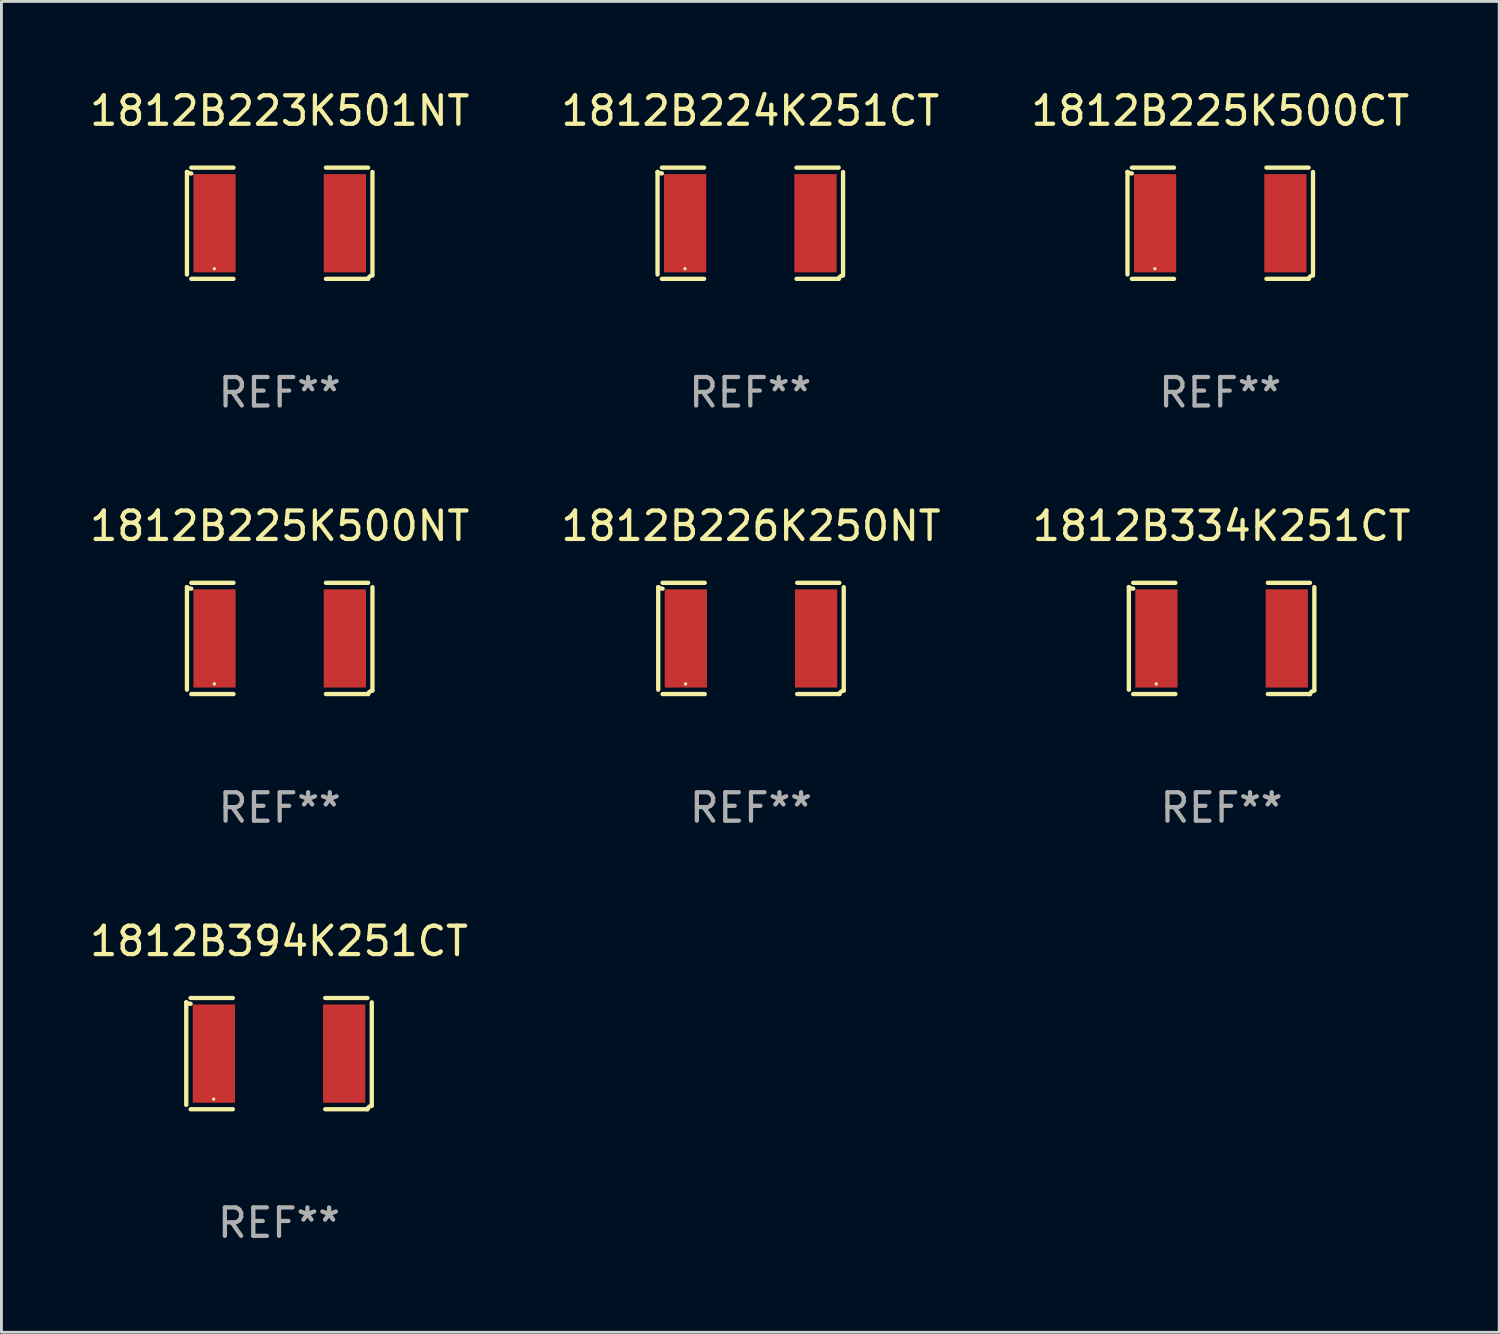
<source format=kicad_pcb>
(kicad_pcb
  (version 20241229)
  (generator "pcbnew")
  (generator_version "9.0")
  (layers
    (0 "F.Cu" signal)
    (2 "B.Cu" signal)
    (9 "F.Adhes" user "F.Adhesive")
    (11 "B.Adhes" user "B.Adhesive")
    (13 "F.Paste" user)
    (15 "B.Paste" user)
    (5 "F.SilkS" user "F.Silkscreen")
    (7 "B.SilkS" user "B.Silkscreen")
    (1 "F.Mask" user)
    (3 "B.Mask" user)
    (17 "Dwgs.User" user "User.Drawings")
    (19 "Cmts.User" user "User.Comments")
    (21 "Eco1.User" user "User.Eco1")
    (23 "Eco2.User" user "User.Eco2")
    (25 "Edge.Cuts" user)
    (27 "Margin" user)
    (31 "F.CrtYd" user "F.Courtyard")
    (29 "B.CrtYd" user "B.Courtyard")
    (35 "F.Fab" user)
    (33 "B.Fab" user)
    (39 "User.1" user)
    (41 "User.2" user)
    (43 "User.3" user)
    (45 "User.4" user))
  (footprint "1812B223K501NT"
    (layer "F.Cu")
    (at 6.792 4.805)
    (property "Reference" "1812B223K501NT" (at 0 -3.957 0) (layer "F.SilkS") (effects (font (size 1 1) (thickness 0.15))))
    (attr through_hole)
    (fp_line (start -3.264 1.804) (end -3.264 -1.804) (stroke (width 0.152) (type solid)) (layer "F.SilkS"))
    (fp_line (start -3.111 -1.957) (end -1.626 -1.957) (stroke (width 0.152) (type solid)) (layer "F.SilkS"))
    (fp_line (start -1.626 1.957) (end -3.111 1.957) (stroke (width 0.152) (type solid)) (layer "F.SilkS"))
    (fp_line (start 1.626 1.957) (end 3.111 1.957) (stroke (width 0.152) (type solid)) (layer "F.SilkS"))
    (fp_line (start 3.111 -1.957) (end 1.626 -1.957) (stroke (width 0.152) (type solid)) (layer "F.SilkS"))
    (fp_line (start 3.264 1.804) (end 3.264 -1.804) (stroke (width 0.152) (type solid)) (layer "F.SilkS"))
    (fp_arc (start -3.111202 -1.752192) (mid -3.191715 -1.76555) (end -3.263602 -1.804191) (stroke (width 0.1524) (type solid)) (layer "F.SilkS"))
    (fp_arc (start 3.111201 1.956591) (mid 3.167789 1.872777) (end 3.263602 1.840424) (stroke (width 0.1524) (type solid)) (layer "F.SilkS"))
    (fp_circle (center -2.3 1.6) (end -2.27 1.6) (stroke (width 0.06) (type solid)) (fill no) (layer "F.SilkS"))
    (fp_text user "REF**" (at 0 5.957 0) (layer "F.Fab") (effects (font (size 1 1) (thickness 0.15))))
    (pad "1" smd rect (at -2.293 0) (size 1.485 3.456) (layers "F.Cu" "F.Mask" "F.Paste"))
    (pad "2" smd rect (at 2.293 0) (size 1.485 3.456) (layers "F.Cu" "F.Mask" "F.Paste")))
  (footprint "1812B224K251CT"
    (layer "F.Cu")
    (at 23.351 4.805)
    (property "Reference" "1812B224K251CT" (at 0 -3.957 0) (layer "F.SilkS") (effects (font (size 1 1) (thickness 0.15))))
    (attr through_hole)
    (fp_line (start -3.264 1.804) (end -3.264 -1.804) (stroke (width 0.152) (type solid)) (layer "F.SilkS"))
    (fp_line (start -3.111 -1.957) (end -1.626 -1.957) (stroke (width 0.152) (type solid)) (layer "F.SilkS"))
    (fp_line (start -1.626 1.957) (end -3.111 1.957) (stroke (width 0.152) (type solid)) (layer "F.SilkS"))
    (fp_line (start 1.626 1.957) (end 3.111 1.957) (stroke (width 0.152) (type solid)) (layer "F.SilkS"))
    (fp_line (start 3.111 -1.957) (end 1.626 -1.957) (stroke (width 0.152) (type solid)) (layer "F.SilkS"))
    (fp_line (start 3.264 1.804) (end 3.264 -1.804) (stroke (width 0.152) (type solid)) (layer "F.SilkS"))
    (fp_arc (start -3.111202 -1.752192) (mid -3.191715 -1.76555) (end -3.263602 -1.804191) (stroke (width 0.1524) (type solid)) (layer "F.SilkS"))
    (fp_arc (start 3.111201 1.956591) (mid 3.167789 1.872777) (end 3.263602 1.840424) (stroke (width 0.1524) (type solid)) (layer "F.SilkS"))
    (fp_circle (center -2.3 1.6) (end -2.27 1.6) (stroke (width 0.06) (type solid)) (fill no) (layer "F.SilkS"))
    (fp_text user "REF**" (at 0 5.957 0) (layer "F.Fab") (effects (font (size 1 1) (thickness 0.15))))
    (pad "1" smd rect (at -2.293 0) (size 1.485 3.456) (layers "F.Cu" "F.Mask" "F.Paste"))
    (pad "2" smd rect (at 2.293 0) (size 1.485 3.456) (layers "F.Cu" "F.Mask" "F.Paste")))
  (footprint "1812B226K250NT"
    (layer "F.Cu")
    (at 23.375 19.415)
    (property "Reference" "1812B226K250NT" (at 0 -3.957 0) (layer "F.SilkS") (effects (font (size 1 1) (thickness 0.15))))
    (attr through_hole)
    (fp_line (start -3.264 1.804) (end -3.264 -1.804) (stroke (width 0.152) (type solid)) (layer "F.SilkS"))
    (fp_line (start -3.111 -1.957) (end -1.626 -1.957) (stroke (width 0.152) (type solid)) (layer "F.SilkS"))
    (fp_line (start -1.626 1.957) (end -3.111 1.957) (stroke (width 0.152) (type solid)) (layer "F.SilkS"))
    (fp_line (start 1.626 1.957) (end 3.111 1.957) (stroke (width 0.152) (type solid)) (layer "F.SilkS"))
    (fp_line (start 3.111 -1.957) (end 1.626 -1.957) (stroke (width 0.152) (type solid)) (layer "F.SilkS"))
    (fp_line (start 3.264 1.804) (end 3.264 -1.804) (stroke (width 0.152) (type solid)) (layer "F.SilkS"))
    (fp_arc (start -3.111202 -1.752192) (mid -3.191715 -1.76555) (end -3.263602 -1.804191) (stroke (width 0.1524) (type solid)) (layer "F.SilkS"))
    (fp_arc (start 3.111201 1.956591) (mid 3.167789 1.872777) (end 3.263602 1.840424) (stroke (width 0.1524) (type solid)) (layer "F.SilkS"))
    (fp_circle (center -2.3 1.6) (end -2.27 1.6) (stroke (width 0.06) (type solid)) (fill no) (layer "F.SilkS"))
    (fp_text user "REF**" (at 0 5.957 0) (layer "F.Fab") (effects (font (size 1 1) (thickness 0.15))))
    (pad "1" smd rect (at -2.293 0) (size 1.485 3.456) (layers "F.Cu" "F.Mask" "F.Paste"))
    (pad "2" smd rect (at 2.293 0) (size 1.485 3.456) (layers "F.Cu" "F.Mask" "F.Paste")))
  (footprint "1812B334K251CT"
    (layer "F.Cu")
    (at 39.935 19.415)
    (property "Reference" "1812B334K251CT" (at 0 -3.957 0) (layer "F.SilkS") (effects (font (size 1 1) (thickness 0.15))))
    (attr through_hole)
    (fp_line (start -3.264 1.804) (end -3.264 -1.804) (stroke (width 0.152) (type solid)) (layer "F.SilkS"))
    (fp_line (start -3.111 -1.957) (end -1.626 -1.957) (stroke (width 0.152) (type solid)) (layer "F.SilkS"))
    (fp_line (start -1.626 1.957) (end -3.111 1.957) (stroke (width 0.152) (type solid)) (layer "F.SilkS"))
    (fp_line (start 1.626 1.957) (end 3.111 1.957) (stroke (width 0.152) (type solid)) (layer "F.SilkS"))
    (fp_line (start 3.111 -1.957) (end 1.626 -1.957) (stroke (width 0.152) (type solid)) (layer "F.SilkS"))
    (fp_line (start 3.264 1.804) (end 3.264 -1.804) (stroke (width 0.152) (type solid)) (layer "F.SilkS"))
    (fp_arc (start -3.111202 -1.752192) (mid -3.191715 -1.76555) (end -3.263602 -1.804191) (stroke (width 0.1524) (type solid)) (layer "F.SilkS"))
    (fp_arc (start 3.111201 1.956591) (mid 3.167789 1.872777) (end 3.263602 1.840424) (stroke (width 0.1524) (type solid)) (layer "F.SilkS"))
    (fp_circle (center -2.3 1.6) (end -2.27 1.6) (stroke (width 0.06) (type solid)) (fill no) (layer "F.SilkS"))
    (fp_text user "REF**" (at 0 5.957 0) (layer "F.Fab") (effects (font (size 1 1) (thickness 0.15))))
    (pad "1" smd rect (at -2.293 0) (size 1.485 3.456) (layers "F.Cu" "F.Mask" "F.Paste"))
    (pad "2" smd rect (at 2.293 0) (size 1.485 3.456) (layers "F.Cu" "F.Mask" "F.Paste")))
  (footprint "1812B225K500NT"
    (layer "F.Cu")
    (at 6.792 19.415)
    (property "Reference" "1812B225K500NT" (at 0 -3.957 0) (layer "F.SilkS") (effects (font (size 1 1) (thickness 0.15))))
    (attr through_hole)
    (fp_line (start -3.264 1.804) (end -3.264 -1.804) (stroke (width 0.152) (type solid)) (layer "F.SilkS"))
    (fp_line (start -3.111 -1.957) (end -1.626 -1.957) (stroke (width 0.152) (type solid)) (layer "F.SilkS"))
    (fp_line (start -1.626 1.957) (end -3.111 1.957) (stroke (width 0.152) (type solid)) (layer "F.SilkS"))
    (fp_line (start 1.626 1.957) (end 3.111 1.957) (stroke (width 0.152) (type solid)) (layer "F.SilkS"))
    (fp_line (start 3.111 -1.957) (end 1.626 -1.957) (stroke (width 0.152) (type solid)) (layer "F.SilkS"))
    (fp_line (start 3.264 1.804) (end 3.264 -1.804) (stroke (width 0.152) (type solid)) (layer "F.SilkS"))
    (fp_arc (start -3.111202 -1.752192) (mid -3.191715 -1.76555) (end -3.263602 -1.804191) (stroke (width 0.1524) (type solid)) (layer "F.SilkS"))
    (fp_arc (start 3.111201 1.956591) (mid 3.167789 1.872777) (end 3.263602 1.840424) (stroke (width 0.1524) (type solid)) (layer "F.SilkS"))
    (fp_circle (center -2.3 1.6) (end -2.27 1.6) (stroke (width 0.06) (type solid)) (fill no) (layer "F.SilkS"))
    (fp_text user "REF**" (at 0 5.957 0) (layer "F.Fab") (effects (font (size 1 1) (thickness 0.15))))
    (pad "1" smd rect (at -2.293 0) (size 1.485 3.456) (layers "F.Cu" "F.Mask" "F.Paste"))
    (pad "2" smd rect (at 2.293 0) (size 1.485 3.456) (layers "F.Cu" "F.Mask" "F.Paste")))
  (footprint "1812B225K500CT"
    (layer "F.Cu")
    (at 39.887 4.805)
    (property "Reference" "1812B225K500CT" (at 0 -3.957 0) (layer "F.SilkS") (effects (font (size 1 1) (thickness 0.15))))
    (attr through_hole)
    (fp_line (start -3.264 1.804) (end -3.264 -1.804) (stroke (width 0.152) (type solid)) (layer "F.SilkS"))
    (fp_line (start -3.111 -1.957) (end -1.626 -1.957) (stroke (width 0.152) (type solid)) (layer "F.SilkS"))
    (fp_line (start -1.626 1.957) (end -3.111 1.957) (stroke (width 0.152) (type solid)) (layer "F.SilkS"))
    (fp_line (start 1.626 1.957) (end 3.111 1.957) (stroke (width 0.152) (type solid)) (layer "F.SilkS"))
    (fp_line (start 3.111 -1.957) (end 1.626 -1.957) (stroke (width 0.152) (type solid)) (layer "F.SilkS"))
    (fp_line (start 3.264 1.804) (end 3.264 -1.804) (stroke (width 0.152) (type solid)) (layer "F.SilkS"))
    (fp_arc (start -3.111202 -1.752192) (mid -3.191715 -1.76555) (end -3.263602 -1.804191) (stroke (width 0.1524) (type solid)) (layer "F.SilkS"))
    (fp_arc (start 3.111201 1.956591) (mid 3.167789 1.872777) (end 3.263602 1.840424) (stroke (width 0.1524) (type solid)) (layer "F.SilkS"))
    (fp_circle (center -2.3 1.6) (end -2.27 1.6) (stroke (width 0.06) (type solid)) (fill no) (layer "F.SilkS"))
    (fp_text user "REF**" (at 0 5.957 0) (layer "F.Fab") (effects (font (size 1 1) (thickness 0.15))))
    (pad "1" smd rect (at -2.293 0) (size 1.485 3.456) (layers "F.Cu" "F.Mask" "F.Paste"))
    (pad "2" smd rect (at 2.293 0) (size 1.485 3.456) (layers "F.Cu" "F.Mask" "F.Paste")))
  (footprint "1812B394K251CT"
    (layer "F.Cu")
    (at 6.768 34.024)
    (property "Reference" "1812B394K251CT" (at 0 -3.957 0) (layer "F.SilkS") (effects (font (size 1 1) (thickness 0.15))))
    (attr through_hole)
    (fp_line (start -3.264 1.804) (end -3.264 -1.804) (stroke (width 0.152) (type solid)) (layer "F.SilkS"))
    (fp_line (start -3.111 -1.957) (end -1.626 -1.957) (stroke (width 0.152) (type solid)) (layer "F.SilkS"))
    (fp_line (start -1.626 1.957) (end -3.111 1.957) (stroke (width 0.152) (type solid)) (layer "F.SilkS"))
    (fp_line (start 1.626 1.957) (end 3.111 1.957) (stroke (width 0.152) (type solid)) (layer "F.SilkS"))
    (fp_line (start 3.111 -1.957) (end 1.626 -1.957) (stroke (width 0.152) (type solid)) (layer "F.SilkS"))
    (fp_line (start 3.264 1.804) (end 3.264 -1.804) (stroke (width 0.152) (type solid)) (layer "F.SilkS"))
    (fp_arc (start -3.111202 -1.752192) (mid -3.191715 -1.76555) (end -3.263602 -1.804191) (stroke (width 0.1524) (type solid)) (layer "F.SilkS"))
    (fp_arc (start 3.111201 1.956591) (mid 3.167789 1.872777) (end 3.263602 1.840424) (stroke (width 0.1524) (type solid)) (layer "F.SilkS"))
    (fp_circle (center -2.3 1.6) (end -2.27 1.6) (stroke (width 0.06) (type solid)) (fill no) (layer "F.SilkS"))
    (fp_text user "REF**" (at 0 5.957 0) (layer "F.Fab") (effects (font (size 1 1) (thickness 0.15))))
    (pad "1" smd rect (at -2.293 0) (size 1.485 3.456) (layers "F.Cu" "F.Mask" "F.Paste"))
    (pad "2" smd rect (at 2.293 0) (size 1.485 3.456) (layers "F.Cu" "F.Mask" "F.Paste")))
  (gr_rect
    (start -3 -3)
    (end 49.702 43.829)
    (stroke (width 0.1) (type default))
    (fill no)
    (layer "Edge.Cuts")))
</source>
